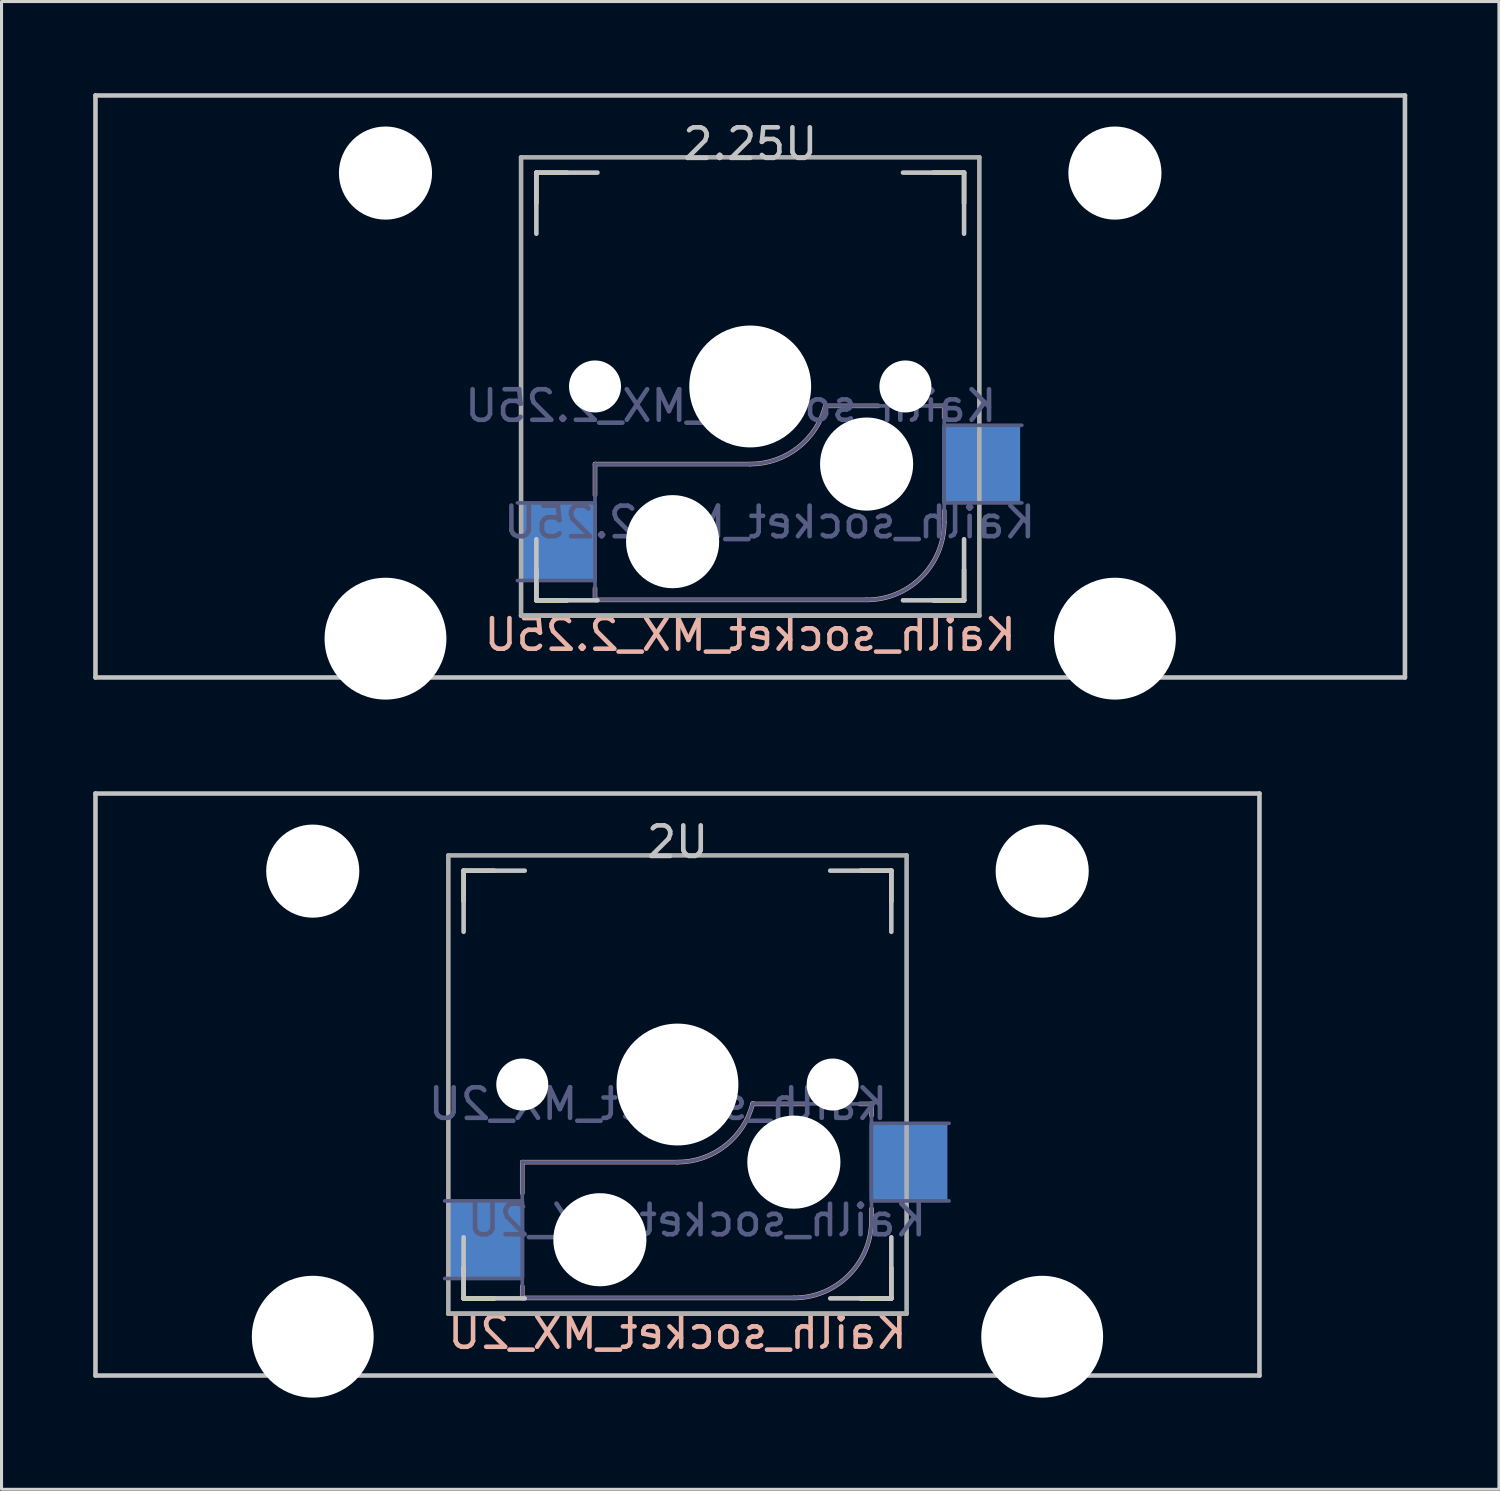
<source format=kicad_pcb>
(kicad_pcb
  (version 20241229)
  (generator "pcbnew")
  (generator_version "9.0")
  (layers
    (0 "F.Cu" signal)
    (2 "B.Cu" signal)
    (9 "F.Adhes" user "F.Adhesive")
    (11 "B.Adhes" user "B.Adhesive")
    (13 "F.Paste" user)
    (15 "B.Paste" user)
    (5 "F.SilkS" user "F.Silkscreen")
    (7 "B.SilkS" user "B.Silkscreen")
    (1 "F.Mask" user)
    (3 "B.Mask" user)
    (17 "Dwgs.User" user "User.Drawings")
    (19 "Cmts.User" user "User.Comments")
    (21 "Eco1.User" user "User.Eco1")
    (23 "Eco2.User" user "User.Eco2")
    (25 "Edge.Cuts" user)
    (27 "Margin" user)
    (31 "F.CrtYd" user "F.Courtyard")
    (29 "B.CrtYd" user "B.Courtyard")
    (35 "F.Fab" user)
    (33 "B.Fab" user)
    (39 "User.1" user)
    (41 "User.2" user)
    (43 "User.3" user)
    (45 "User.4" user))
  (footprint "Kailh_socket_MX_2U"
    (layer "F.Cu")
    (at 19.125 32.449)
    (property "Reference" "Kailh_socket_MX_2U" (at 0 8.128 0) (layer "B.SilkS") (effects (font (size 1 1) (thickness 0.15)) (justify mirror)))
    (property "Value" "Kailh_socket_MX_2U" (at 0 8.255 0) (layer "F.Fab") (hide yes) (effects (font (size 1 1) (thickness 0.15))))
    (attr smd)
    (fp_line (start -7 -6) (end -7 -7) (stroke (width 0.15) (type solid)) (layer "F.SilkS"))
    (fp_line (start -7 7) (end -7 6) (stroke (width 0.15) (type solid)) (layer "F.SilkS"))
    (fp_line (start -7 7) (end -6 7) (stroke (width 0.15) (type solid)) (layer "F.SilkS"))
    (fp_line (start -7 7) (end -6 7) (stroke (width 0.15) (type solid)) (layer "F.SilkS"))
    (fp_line (start -6 -7) (end -7 -7) (stroke (width 0.15) (type solid)) (layer "F.SilkS"))
    (fp_line (start 6 7) (end 7 7) (stroke (width 0.15) (type solid)) (layer "F.SilkS"))
    (fp_line (start 6 7) (end 7 7) (stroke (width 0.15) (type solid)) (layer "F.SilkS"))
    (fp_line (start 7 -7) (end 6 -7) (stroke (width 0.15) (type solid)) (layer "F.SilkS"))
    (fp_line (start 7 -7) (end 7 -6) (stroke (width 0.15) (type solid)) (layer "F.SilkS"))
    (fp_line (start 7 6) (end 7 7) (stroke (width 0.15) (type solid)) (layer "F.SilkS"))
    (fp_line (start -5.08 2.54) (end 0 2.54) (stroke (width 0.15) (type solid)) (layer "B.SilkS"))
    (fp_line (start -5.08 3.556) (end -5.08 2.54) (stroke (width 0.15) (type solid)) (layer "B.SilkS"))
    (fp_line (start -5.08 6.985) (end -5.08 6.604) (stroke (width 0.15) (type solid)) (layer "B.SilkS"))
    (fp_line (start 2.464 0.635) (end 4.191 0.635) (stroke (width 0.15) (type solid)) (layer "B.SilkS"))
    (fp_line (start 3.81 6.985) (end -5.08 6.985) (stroke (width 0.15) (type solid)) (layer "B.SilkS"))
    (fp_line (start 5.969 0.635) (end 6.35 0.635) (stroke (width 0.15) (type solid)) (layer "B.SilkS"))
    (fp_line (start 6.35 1.016) (end 6.35 0.635) (stroke (width 0.15) (type solid)) (layer "B.SilkS"))
    (fp_line (start 6.35 4.445) (end 6.35 4.064) (stroke (width 0.15) (type solid)) (layer "B.SilkS"))
    (fp_arc (start 2.464162 0.61604) (mid 1.563147 2.002042) (end 0 2.54) (stroke (width 0.15) (type solid)) (layer "B.SilkS"))
    (fp_arc (start 6.35 4.445) (mid 5.606051 6.241051) (end 3.81 6.985) (stroke (width 0.15) (type solid)) (layer "B.SilkS"))
    (fp_line (start -19.05 -9.525) (end 19.05 -9.525) (stroke (width 0.15) (type solid)) (layer "Dwgs.User"))
    (fp_line (start -19.05 9.525) (end -19.05 -9.525) (stroke (width 0.15) (type solid)) (layer "Dwgs.User"))
    (fp_line (start -19.05 9.525) (end 19.05 9.525) (stroke (width 0.15) (type solid)) (layer "Dwgs.User"))
    (fp_line (start -7 -7) (end -7 -5) (stroke (width 0.15) (type solid)) (layer "Dwgs.User"))
    (fp_line (start -7 5) (end -7 7) (stroke (width 0.15) (type solid)) (layer "Dwgs.User"))
    (fp_line (start -7 7) (end -5 7) (stroke (width 0.15) (type solid)) (layer "Dwgs.User"))
    (fp_line (start -5 -7) (end -7 -7) (stroke (width 0.15) (type solid)) (layer "Dwgs.User"))
    (fp_line (start 5 -7) (end 7 -7) (stroke (width 0.15) (type solid)) (layer "Dwgs.User"))
    (fp_line (start 5 7) (end 7 7) (stroke (width 0.15) (type solid)) (layer "Dwgs.User"))
    (fp_line (start 7 -7) (end 7 -5) (stroke (width 0.15) (type solid)) (layer "Dwgs.User"))
    (fp_line (start 7 7) (end 7 5) (stroke (width 0.15) (type solid)) (layer "Dwgs.User"))
    (fp_line (start 19.05 -9.525) (end 19.05 9.525) (stroke (width 0.15) (type solid)) (layer "Dwgs.User"))
    (fp_line (start -6.9 6.9) (end -6.9 -6.9) (stroke (width 0.15) (type solid)) (layer "Eco2.User"))
    (fp_line (start -6.9 6.9) (end 6.9 6.9) (stroke (width 0.15) (type solid)) (layer "Eco2.User"))
    (fp_line (start -6.9 6.9) (end 6.9 6.9) (stroke (width 0.15) (type solid)) (layer "Eco2.User"))
    (fp_line (start 6.9 -6.9) (end -6.9 -6.9) (stroke (width 0.15) (type solid)) (layer "Eco2.User"))
    (fp_line (start 6.9 -6.9) (end 6.9 6.9) (stroke (width 0.15) (type solid)) (layer "Eco2.User"))
    (fp_line (start -7.62 3.81) (end -5.08 3.81) (stroke (width 0.12) (type solid)) (layer "B.Fab"))
    (fp_line (start -5.08 2.54) (end 0 2.54) (stroke (width 0.12) (type solid)) (layer "B.Fab"))
    (fp_line (start -5.08 6.35) (end -7.62 6.35) (stroke (width 0.12) (type solid)) (layer "B.Fab"))
    (fp_line (start -5.08 6.985) (end -5.08 2.54) (stroke (width 0.12) (type solid)) (layer "B.Fab"))
    (fp_line (start 3.81 6.985) (end -5.08 6.985) (stroke (width 0.12) (type solid)) (layer "B.Fab"))
    (fp_line (start 6.35 0.635) (end 2.54 0.635) (stroke (width 0.12) (type solid)) (layer "B.Fab"))
    (fp_line (start 6.35 0.635) (end 6.35 4.445) (stroke (width 0.12) (type solid)) (layer "B.Fab"))
    (fp_line (start 6.35 1.27) (end 8.89 1.27) (stroke (width 0.12) (type solid)) (layer "B.Fab"))
    (fp_line (start 8.89 3.81) (end 6.35 3.81) (stroke (width 0.12) (type solid)) (layer "B.Fab"))
    (fp_arc (start 2.464162 0.61604) (mid 1.563147 2.002042) (end 0 2.54) (stroke (width 0.12) (type solid)) (layer "B.Fab"))
    (fp_arc (start 6.35 4.445) (mid 5.606051 6.241051) (end 3.81 6.985) (stroke (width 0.12) (type solid)) (layer "B.Fab"))
    (fp_line (start -7.5 -7.5) (end 7.5 -7.5) (stroke (width 0.15) (type solid)) (layer "F.Fab"))
    (fp_line (start -7.5 7.5) (end -7.5 -7.5) (stroke (width 0.15) (type solid)) (layer "F.Fab"))
    (fp_line (start 7.5 -7.5) (end 7.5 7.5) (stroke (width 0.15) (type solid)) (layer "F.Fab"))
    (fp_line (start 7.5 7.5) (end -7.5 7.5) (stroke (width 0.15) (type solid)) (layer "F.Fab"))
    (fp_line (start 7.5 7.5) (end -7.5 7.5) (stroke (width 0.15) (type solid)) (layer "F.Fab"))
    (fp_text user "2U" (at 0 -7.938 0) (layer "Dwgs.User") (effects (font (size 1 1) (thickness 0.15))))
    (fp_text user "${VALUE}" (at -0.635 0.635 0) (layer "B.Fab") (effects (font (size 1 1) (thickness 0.15)) (justify mirror)))
    (fp_text user "${REFERENCE}" (at 0.635 4.445 180) (layer "B.Fab") (effects (font (size 1 1) (thickness 0.15)) (justify mirror)))
    (pad "" np_thru_hole circle (at -11.938 -6.985) (size 3.048 3.048) (drill 3.048) (layers "*.Cu" "*.Mask"))
    (pad "" np_thru_hole circle (at -11.938 8.255) (size 3.988 3.988) (drill 3.988) (layers "*.Cu" "*.Mask"))
    (pad "" np_thru_hole circle (at -5.08 0) (size 1.702 1.702) (drill 1.702) (layers "*.Cu" "*.Mask"))
    (pad "" np_thru_hole circle (at -2.54 5.08 180) (size 3.048 3.048) (drill 3.048) (layers "*.Cu" "*.Mask"))
    (pad "" np_thru_hole circle (at 0 0 180) (size 3.988 3.988) (drill 3.988) (layers "*.Cu" "*.Mask"))
    (pad "" np_thru_hole circle (at 3.81 2.54 180) (size 3.048 3.048) (drill 3.048) (layers "*.Cu" "*.Mask"))
    (pad "" np_thru_hole circle (at 5.08 0) (size 1.702 1.702) (drill 1.702) (layers "*.Cu" "*.Mask"))
    (pad "" np_thru_hole circle (at 11.938 -6.985) (size 3.048 3.048) (drill 3.048) (layers "*.Cu" "*.Mask"))
    (pad "" np_thru_hole circle (at 11.938 8.255) (size 3.988 3.988) (drill 3.988) (layers "*.Cu" "*.Mask"))
    (pad "1" smd rect (at -6.29 5.08 180) (size 2.55 2.5) (layers "B.Cu" "B.Mask" "B.Paste"))
    (pad "2" smd rect (at 7.56 2.54 180) (size 2.55 2.5) (layers "B.Cu" "B.Mask" "B.Paste")))
  (footprint "Kailh_socket_MX_2.25U"
    (layer "F.Cu")
    (at 21.506 9.6)
    (property "Reference" "Kailh_socket_MX_2.25U" (at 0 8.128 0) (layer "B.SilkS") (effects (font (size 1 1) (thickness 0.15)) (justify mirror)))
    (property "Value" "Kailh_socket_MX_2.25U" (at 0 8.255 0) (layer "F.Fab") (hide yes) (effects (font (size 1 1) (thickness 0.15))))
    (attr smd)
    (fp_line (start -7 -6) (end -7 -7) (stroke (width 0.15) (type solid)) (layer "F.SilkS"))
    (fp_line (start -7 7) (end -7 6) (stroke (width 0.15) (type solid)) (layer "F.SilkS"))
    (fp_line (start -7 7) (end -6 7) (stroke (width 0.15) (type solid)) (layer "F.SilkS"))
    (fp_line (start -7 7) (end -6 7) (stroke (width 0.15) (type solid)) (layer "F.SilkS"))
    (fp_line (start -6 -7) (end -7 -7) (stroke (width 0.15) (type solid)) (layer "F.SilkS"))
    (fp_line (start 6 7) (end 7 7) (stroke (width 0.15) (type solid)) (layer "F.SilkS"))
    (fp_line (start 6 7) (end 7 7) (stroke (width 0.15) (type solid)) (layer "F.SilkS"))
    (fp_line (start 7 -7) (end 6 -7) (stroke (width 0.15) (type solid)) (layer "F.SilkS"))
    (fp_line (start 7 -7) (end 7 -6) (stroke (width 0.15) (type solid)) (layer "F.SilkS"))
    (fp_line (start 7 6) (end 7 7) (stroke (width 0.15) (type solid)) (layer "F.SilkS"))
    (fp_line (start -5.08 2.54) (end 0 2.54) (stroke (width 0.15) (type solid)) (layer "B.SilkS"))
    (fp_line (start -5.08 3.556) (end -5.08 2.54) (stroke (width 0.15) (type solid)) (layer "B.SilkS"))
    (fp_line (start -5.08 6.985) (end -5.08 6.604) (stroke (width 0.15) (type solid)) (layer "B.SilkS"))
    (fp_line (start 2.464 0.635) (end 4.191 0.635) (stroke (width 0.15) (type solid)) (layer "B.SilkS"))
    (fp_line (start 3.81 6.985) (end -5.08 6.985) (stroke (width 0.15) (type solid)) (layer "B.SilkS"))
    (fp_line (start 5.969 0.635) (end 6.35 0.635) (stroke (width 0.15) (type solid)) (layer "B.SilkS"))
    (fp_line (start 6.35 1.016) (end 6.35 0.635) (stroke (width 0.15) (type solid)) (layer "B.SilkS"))
    (fp_line (start 6.35 4.445) (end 6.35 4.064) (stroke (width 0.15) (type solid)) (layer "B.SilkS"))
    (fp_arc (start 2.464162 0.61604) (mid 1.563147 2.002042) (end 0 2.54) (stroke (width 0.15) (type solid)) (layer "B.SilkS"))
    (fp_arc (start 6.35 4.445) (mid 5.606051 6.241051) (end 3.81 6.985) (stroke (width 0.15) (type solid)) (layer "B.SilkS"))
    (fp_line (start -21.431 -9.525) (end 21.431 -9.525) (stroke (width 0.15) (type solid)) (layer "Dwgs.User"))
    (fp_line (start -21.431 9.525) (end -21.431 -9.525) (stroke (width 0.15) (type solid)) (layer "Dwgs.User"))
    (fp_line (start -21.431 9.525) (end 21.431 9.525) (stroke (width 0.15) (type solid)) (layer "Dwgs.User"))
    (fp_line (start -7 -7) (end -7 -5) (stroke (width 0.15) (type solid)) (layer "Dwgs.User"))
    (fp_line (start -7 5) (end -7 7) (stroke (width 0.15) (type solid)) (layer "Dwgs.User"))
    (fp_line (start -7 7) (end -5 7) (stroke (width 0.15) (type solid)) (layer "Dwgs.User"))
    (fp_line (start -5 -7) (end -7 -7) (stroke (width 0.15) (type solid)) (layer "Dwgs.User"))
    (fp_line (start 5 -7) (end 7 -7) (stroke (width 0.15) (type solid)) (layer "Dwgs.User"))
    (fp_line (start 5 7) (end 7 7) (stroke (width 0.15) (type solid)) (layer "Dwgs.User"))
    (fp_line (start 7 -7) (end 7 -5) (stroke (width 0.15) (type solid)) (layer "Dwgs.User"))
    (fp_line (start 7 7) (end 7 5) (stroke (width 0.15) (type solid)) (layer "Dwgs.User"))
    (fp_line (start 21.431 -9.525) (end 21.431 9.525) (stroke (width 0.15) (type solid)) (layer "Dwgs.User"))
    (fp_line (start -6.9 6.9) (end -6.9 -6.9) (stroke (width 0.15) (type solid)) (layer "Eco2.User"))
    (fp_line (start -6.9 6.9) (end 6.9 6.9) (stroke (width 0.15) (type solid)) (layer "Eco2.User"))
    (fp_line (start -6.9 6.9) (end 6.9 6.9) (stroke (width 0.15) (type solid)) (layer "Eco2.User"))
    (fp_line (start 6.9 -6.9) (end -6.9 -6.9) (stroke (width 0.15) (type solid)) (layer "Eco2.User"))
    (fp_line (start 6.9 -6.9) (end 6.9 6.9) (stroke (width 0.15) (type solid)) (layer "Eco2.User"))
    (fp_line (start -7.62 3.81) (end -5.08 3.81) (stroke (width 0.12) (type solid)) (layer "B.Fab"))
    (fp_line (start -5.08 2.54) (end 0 2.54) (stroke (width 0.12) (type solid)) (layer "B.Fab"))
    (fp_line (start -5.08 6.35) (end -7.62 6.35) (stroke (width 0.12) (type solid)) (layer "B.Fab"))
    (fp_line (start -5.08 6.985) (end -5.08 2.54) (stroke (width 0.12) (type solid)) (layer "B.Fab"))
    (fp_line (start 3.81 6.985) (end -5.08 6.985) (stroke (width 0.12) (type solid)) (layer "B.Fab"))
    (fp_line (start 6.35 0.635) (end 2.54 0.635) (stroke (width 0.12) (type solid)) (layer "B.Fab"))
    (fp_line (start 6.35 0.635) (end 6.35 4.445) (stroke (width 0.12) (type solid)) (layer "B.Fab"))
    (fp_line (start 6.35 1.27) (end 8.89 1.27) (stroke (width 0.12) (type solid)) (layer "B.Fab"))
    (fp_line (start 8.89 3.81) (end 6.35 3.81) (stroke (width 0.12) (type solid)) (layer "B.Fab"))
    (fp_arc (start 2.464162 0.61604) (mid 1.563147 2.002042) (end 0 2.54) (stroke (width 0.12) (type solid)) (layer "B.Fab"))
    (fp_arc (start 6.35 4.445) (mid 5.606051 6.241051) (end 3.81 6.985) (stroke (width 0.12) (type solid)) (layer "B.Fab"))
    (fp_line (start -7.5 -7.5) (end 7.5 -7.5) (stroke (width 0.15) (type solid)) (layer "F.Fab"))
    (fp_line (start -7.5 7.5) (end -7.5 -7.5) (stroke (width 0.15) (type solid)) (layer "F.Fab"))
    (fp_line (start 7.5 -7.5) (end 7.5 7.5) (stroke (width 0.15) (type solid)) (layer "F.Fab"))
    (fp_line (start 7.5 7.5) (end -7.5 7.5) (stroke (width 0.15) (type solid)) (layer "F.Fab"))
    (fp_line (start 7.5 7.5) (end -7.5 7.5) (stroke (width 0.15) (type solid)) (layer "F.Fab"))
    (fp_text user "2.25U" (at 0 -7.938 0) (layer "Dwgs.User") (effects (font (size 1 1) (thickness 0.15))))
    (fp_text user "${VALUE}" (at -0.635 0.635 0) (layer "B.Fab") (effects (font (size 1 1) (thickness 0.15)) (justify mirror)))
    (fp_text user "${REFERENCE}" (at 0.635 4.445 180) (layer "B.Fab") (effects (font (size 1 1) (thickness 0.15)) (justify mirror)))
    (pad "" np_thru_hole circle (at -11.938 -6.985) (size 3.048 3.048) (drill 3.048) (layers "*.Cu" "*.Mask"))
    (pad "" np_thru_hole circle (at -11.938 8.255) (size 3.988 3.988) (drill 3.988) (layers "*.Cu" "*.Mask"))
    (pad "" np_thru_hole circle (at -5.08 0) (size 1.702 1.702) (drill 1.702) (layers "*.Cu" "*.Mask"))
    (pad "" np_thru_hole circle (at -2.54 5.08 180) (size 3.048 3.048) (drill 3.048) (layers "*.Cu" "*.Mask"))
    (pad "" np_thru_hole circle (at 0 0) (size 3.988 3.988) (drill 3.988) (layers "*.Cu" "*.Mask"))
    (pad "" np_thru_hole circle (at 3.81 2.54 180) (size 3.048 3.048) (drill 3.048) (layers "*.Cu" "*.Mask"))
    (pad "" np_thru_hole circle (at 5.08 0) (size 1.702 1.702) (drill 1.702) (layers "*.Cu" "*.Mask"))
    (pad "" np_thru_hole circle (at 11.938 -6.985) (size 3.048 3.048) (drill 3.048) (layers "*.Cu" "*.Mask"))
    (pad "" np_thru_hole circle (at 11.938 8.255) (size 3.988 3.988) (drill 3.988) (layers "*.Cu" "*.Mask"))
    (pad "1" smd rect (at -6.29 5.08 180) (size 2.55 2.5) (layers "B.Cu" "B.Mask" "B.Paste"))
    (pad "2" smd rect (at 7.56 2.54 180) (size 2.55 2.5) (layers "B.Cu" "B.Mask" "B.Paste")))
  (gr_rect
    (start -3 -3)
    (end 46.013 45.698)
    (stroke (width 0.1) (type default))
    (fill no)
    (layer "Edge.Cuts")))
</source>
